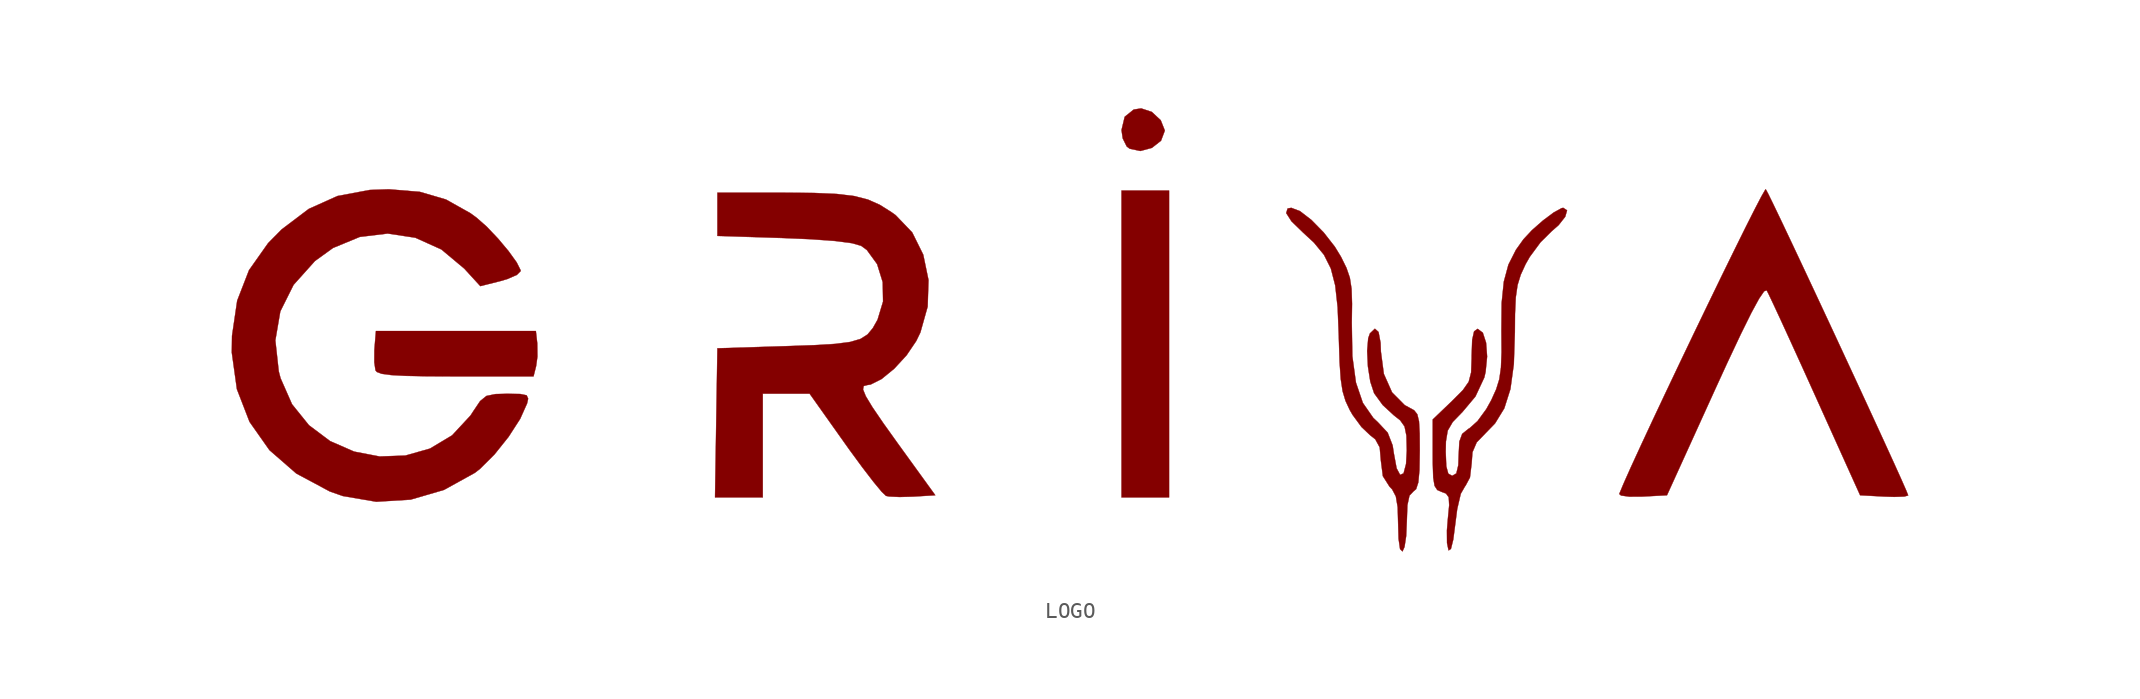
<source format=kicad_sym>
(kicad_symbol_lib
  (version 20220914)
  (generator "bitmap2component")
  (generator_version "9.0")
  (symbol "LOGO"
    (pin_names
      (offset 1.016))
    (property "Reference" "#G"
      (at 0 23.819 0)
      (effects (font (size 1.27 1.27)) hide))
    (symbol "LOGO_0_0"
      (polyline (pts (xy 22.149 -11.878) (xy 22.253 -11.195) (xy 22.293 -10.281) (xy 22.329 -9.268) (xy 22.458 -8.669) (xy 22.698 -8.414) (xy 22.876 -8.261) (xy 23.012 -7.842) (xy 23.083 -7.074) (xy 23.103 -5.861) (xy 23.096 -4.787) (xy 23.055 -4.03) (xy 22.949 -3.585) (xy 22.75 -3.334) (xy 22.427 -3.156) (xy 22.16 -3.011) (xy 21.371 -2.216) (xy 20.857 -1.062) (xy 20.672 0.338) (xy 20.653 0.88) (xy 20.526 1.558) (xy 20.297 1.766) (xy 19.986 1.47) (xy 19.88 1.166) (xy 19.814 0.377) (xy 19.862 -0.596) (xy 20.011 -1.544) (xy 20.246 -2.259) (xy 20.257 -2.279) (xy 20.79 -3.01) (xy 21.478 -3.645) (xy 21.879 -3.962) (xy 22.153 -4.35) (xy 22.269 -4.92) (xy 22.293 -5.85) (xy 22.246 -6.687) (xy 22.09 -7.278) (xy 21.875 -7.373) (xy 21.655 -6.96) (xy 21.482 -6.027) (xy 21.406 -5.528) (xy 21.097 -4.735) (xy 20.469 -4.066) (xy 20.2 -3.815) (xy 19.545 -2.873) (xy 19.113 -1.604) (xy 18.887 0.054) (xy 18.852 2.162) (xy 18.869 3.321) (xy 18.839 4.255) (xy 18.732 4.949) (xy 18.521 5.563) (xy 18.181 6.255) (xy 17.796 6.886) (xy 17.1 7.778) (xy 16.335 8.559) (xy 15.619 9.112) (xy 15.07 9.322) (xy 14.841 9.28) (xy 14.753 8.995) (xy 15.085 8.476) (xy 15.817 7.766) (xy 16.491 7.143) (xy 17.116 6.382) (xy 17.545 5.529) (xy 17.817 4.471) (xy 17.969 3.098) (xy 18.041 1.297) (xy 18.044 1.142) (xy 18.09 -0.32) (xy 18.162 -1.374) (xy 18.279 -2.141) (xy 18.46 -2.745) (xy 18.721 -3.306) (xy 18.901 -3.618) (xy 19.46 -4.38) (xy 19.999 -4.891) (xy 20.322 -5.147) (xy 20.599 -5.654) (xy 20.671 -6.474) (xy 20.796 -7.45) (xy 21.212 -8.106) (xy 21.377 -8.278) (xy 21.608 -8.717) (xy 21.722 -9.395) (xy 21.752 -10.461) (xy 21.778 -11.368) (xy 21.871 -12.009) (xy 22.022 -12.159) (xy 22.149 -11.878)) (stroke (width 0.01) (type default)) (fill (type outline)))
      (polyline (pts (xy 25.053 -11.996) (xy 25.197 -11.415) (xy 25.328 -10.403) (xy 25.443 -9.511) (xy 25.666 -8.552) (xy 25.939 -8.076) (xy 25.958 -8.062) (xy 26.241 -7.534) (xy 26.346 -6.65) (xy 26.397 -5.955) (xy 26.662 -5.339) (xy 27.269 -4.712) (xy 27.808 -4.156) (xy 28.388 -3.211) (xy 28.771 -2.005) (xy 28.983 -0.45) (xy 29.048 1.543) (xy 29.057 2.693) (xy 29.105 3.729) (xy 29.216 4.494) (xy 29.413 5.135) (xy 29.719 5.802) (xy 29.98 6.258) (xy 30.651 7.168) (xy 31.341 7.852) (xy 31.785 8.242) (xy 32.197 8.767) (xy 32.311 9.165) (xy 32.073 9.322) (xy 31.969 9.301) (xy 31.467 9.025) (xy 30.799 8.525) (xy 30.119 7.927) (xy 29.585 7.354) (xy 29.116 6.697) (xy 28.645 5.769) (xy 28.358 4.706) (xy 28.222 3.374) (xy 28.206 1.642) (xy 28.216 0.301) (xy 28.179 -0.669) (xy 28.075 -1.394) (xy 27.88 -2.022) (xy 27.573 -2.702) (xy 27.259 -3.265) (xy 26.711 -4.013) (xy 26.214 -4.457) (xy 26.143 -4.495) (xy 25.755 -4.811) (xy 25.578 -5.292) (xy 25.535 -6.125) (xy 25.512 -6.768) (xy 25.389 -7.282) (xy 25.13 -7.431) (xy 24.886 -7.299) (xy 24.76 -6.834) (xy 24.724 -5.934) (xy 24.737 -5.287) (xy 24.849 -4.606) (xy 25.162 -4.068) (xy 25.777 -3.434) (xy 26.584 -2.471) (xy 27.14 -1.279) (xy 27.219 -0.931) (xy 27.313 0.025) (xy 27.248 0.889) (xy 27.044 1.515) (xy 26.721 1.756) (xy 26.714 1.756) (xy 26.497 1.595) (xy 26.38 1.068) (xy 26.346 0.089) (xy 26.345 -0.101) (xy 26.314 -0.969) (xy 26.162 -1.555) (xy 25.798 -2.074) (xy 25.13 -2.744) (xy 23.914 -3.909) (xy 23.914 -6.1) (xy 23.916 -6.65) (xy 23.944 -7.539) (xy 24.028 -8.056) (xy 24.197 -8.318) (xy 24.476 -8.439) (xy 24.745 -8.54) (xy 24.915 -8.776) (xy 24.942 -9.268) (xy 24.857 -10.156) (xy 24.801 -10.846) (xy 24.807 -11.631) (xy 24.9 -12.078) (xy 24.912 -12.095) (xy 25.053 -11.996)) (stroke (width 0.01) (type default)) (fill (type outline)))
      (polyline (pts (xy -39.988 -8.92) (xy -37.899 -8.312) (xy -35.963 -7.242) (xy -35.641 -6.99) (xy -34.74 -6.093) (xy -33.86 -4.993) (xy -33.136 -3.871) (xy -32.703 -2.905) (xy -32.637 -2.608) (xy -32.732 -2.398) (xy -33.135 -2.316) (xy -33.961 -2.304) (xy -34.677 -2.322) (xy -35.246 -2.439) (xy -35.639 -2.759) (xy -36.061 -3.386) (xy -36.243 -3.664) (xy -37.39 -4.9) (xy -38.774 -5.729) (xy -40.312 -6.165) (xy -41.921 -6.223) (xy -43.517 -5.917) (xy -45.018 -5.261) (xy -46.34 -4.269) (xy -47.399 -2.956) (xy -48.114 -1.335) (xy -48.228 -0.904) (xy -48.441 1.037) (xy -48.131 2.847) (xy -47.303 4.506) (xy -45.964 5.999) (xy -44.836 6.813) (xy -43.163 7.504) (xy -41.418 7.715) (xy -39.687 7.453) (xy -38.061 6.72) (xy -36.629 5.522) (xy -35.627 4.427) (xy -34.364 4.745) (xy -33.944 4.868) (xy -33.34 5.131) (xy -33.104 5.369) (xy -33.111 5.427) (xy -33.355 5.912) (xy -33.86 6.614) (xy -34.521 7.402) (xy -35.227 8.146) (xy -35.872 8.713) (xy -36.247 8.986) (xy -37.775 9.843) (xy -39.413 10.322) (xy -41.343 10.48) (xy -42.534 10.439) (xy -44.556 10.061) (xy -46.353 9.254) (xy -48.042 7.976) (xy -48.892 7.117) (xy -50.087 5.424) (xy -50.826 3.52) (xy -51.15 1.315) (xy -51.163 0.274) (xy -50.844 -2.015) (xy -50.054 -4.058) (xy -48.81 -5.825) (xy -47.132 -7.286) (xy -45.039 -8.408) (xy -44.224 -8.695) (xy -42.13 -9.052) (xy -39.988 -8.92)) (stroke (width 0.01) (type default)) (fill (type outline)))
      (polyline (pts (xy -17.969 -5.539) (xy -17.969 -2.297) (xy -16.504 -2.297) (xy -15.04 -2.297) (xy -12.819 -5.427) (xy -12.533 -5.828) (xy -11.734 -6.916) (xy -11.046 -7.811) (xy -10.535 -8.428) (xy -10.266 -8.685) (xy -10.07 -8.723) (xy -9.416 -8.754) (xy -8.558 -8.73) (xy -7.183 -8.647) (xy -9.469 -5.489) (xy -10.422 -4.157) (xy -11.112 -3.146) (xy -11.529 -2.456) (xy -11.702 -2.03) (xy -11.66 -1.816) (xy -11.431 -1.756) (xy -11.232 -1.727) (xy -10.541 -1.379) (xy -9.747 -0.73) (xy -8.981 0.102) (xy -8.374 0.999) (xy -8.116 1.532) (xy -7.662 3.147) (xy -7.609 4.806) (xy -7.937 6.391) (xy -8.627 7.782) (xy -9.658 8.858) (xy -9.924 9.05) (xy -10.656 9.511) (xy -11.401 9.841) (xy -12.264 10.06) (xy -13.351 10.19) (xy -14.768 10.252) (xy -16.618 10.268) (xy -20.806 10.268) (xy -20.806 8.917) (xy -20.806 7.566) (xy -16.618 7.431) (xy -14.961 7.36) (xy -13.447 7.249) (xy -12.387 7.111) (xy -11.825 6.95) (xy -11.461 6.684) (xy -10.821 5.804) (xy -10.471 4.676) (xy -10.449 3.463) (xy -10.791 2.331) (xy -11.089 1.803) (xy -11.419 1.406) (xy -11.86 1.126) (xy -12.498 0.938) (xy -13.42 0.817) (xy -14.711 0.738) (xy -16.456 0.676) (xy -20.806 0.54) (xy -20.88 -4.121) (xy -20.954 -8.782) (xy -19.462 -8.782) (xy -17.969 -8.782) (xy -17.969 -5.539)) (stroke (width 0.01) (type default)) (fill (type outline)))
      (polyline (pts (xy 7.431 0.811) (xy 7.431 10.403) (xy 5.945 10.403) (xy 4.458 10.403) (xy 4.458 0.811) (xy 4.458 -8.782) (xy 5.945 -8.782) (xy 7.431 -8.782) (xy 7.431 0.811)) (stroke (width 0.01) (type default)) (fill (type outline)))
      (polyline (pts (xy 53.393 -8.727) (xy 53.637 -8.659) (xy 53.637 -8.656) (xy 53.518 -8.358) (xy 53.201 -7.638) (xy 52.715 -6.562) (xy 52.09 -5.194) (xy 51.357 -3.6) (xy 50.547 -1.845) (xy 49.688 0.006) (xy 48.813 1.889) (xy 47.95 3.737) (xy 47.13 5.487) (xy 46.383 7.074) (xy 45.74 8.431) (xy 45.23 9.495) (xy 44.885 10.2) (xy 44.734 10.481) (xy 44.697 10.445) (xy 44.462 10.038) (xy 44.043 9.234) (xy 43.468 8.095) (xy 42.77 6.683) (xy 41.976 5.063) (xy 41.119 3.296) (xy 40.227 1.446) (xy 39.332 -0.425) (xy 38.463 -2.254) (xy 37.651 -3.977) (xy 36.926 -5.533) (xy 36.317 -6.858) (xy 35.856 -7.89) (xy 35.573 -8.566) (xy 35.688 -8.664) (xy 36.208 -8.734) (xy 37.017 -8.729) (xy 38.557 -8.647) (xy 41.556 -2.051) (xy 42.327 -0.37) (xy 43.173 1.427) (xy 43.832 2.759) (xy 44.315 3.646) (xy 44.631 4.108) (xy 44.791 4.164) (xy 44.911 3.929) (xy 45.235 3.245) (xy 45.722 2.196) (xy 46.338 0.852) (xy 47.051 -0.714) (xy 47.828 -2.432) (xy 50.632 -8.647) (xy 52.134 -8.728) (xy 52.763 -8.748) (xy 53.393 -8.727)) (stroke (width 0.01) (type default)) (fill (type outline)))
      (polyline (pts (xy -32.139 -0.573) (xy -32.057 0.021) (xy -32.067 0.846) (xy -32.155 1.621) (xy -37.154 1.621) (xy -42.153 1.621) (xy -42.239 0.58) (xy -42.25 0.425) (xy -42.254 -0.335) (xy -42.18 -0.839) (xy -42.093 -0.941) (xy -41.788 -1.054) (xy -41.21 -1.132) (xy -40.291 -1.182) (xy -38.967 -1.208) (xy -37.168 -1.216) (xy -32.301 -1.216) (xy -32.139 -0.573)) (stroke (width 0.01) (type default)) (fill (type outline)))
      (polyline (pts (xy 6.355 13.069) (xy 6.927 13.517) (xy 7.161 14.139) (xy 7.16 14.168) (xy 6.91 14.796) (xy 6.349 15.319) (xy 5.687 15.537) (xy 5.221 15.466) (xy 4.657 15.014) (xy 4.458 14.186) (xy 4.533 13.665) (xy 4.783 13.159) (xy 4.969 13.017) (xy 5.637 12.876) (xy 6.355 13.069)) (stroke (width 0.01) (type default)) (fill (type outline))))))
</source>
